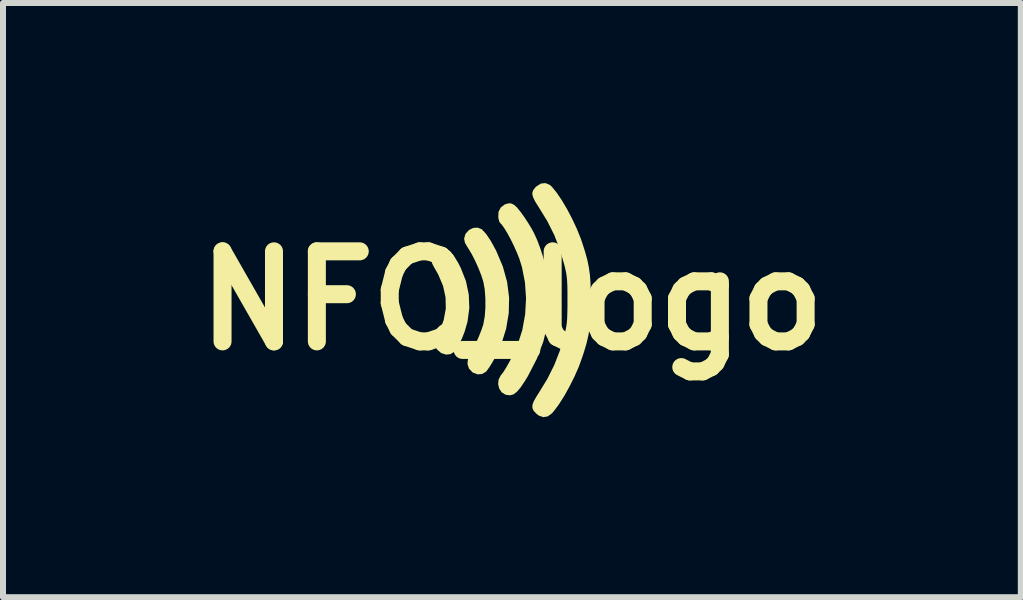
<source format=kicad_pcb>
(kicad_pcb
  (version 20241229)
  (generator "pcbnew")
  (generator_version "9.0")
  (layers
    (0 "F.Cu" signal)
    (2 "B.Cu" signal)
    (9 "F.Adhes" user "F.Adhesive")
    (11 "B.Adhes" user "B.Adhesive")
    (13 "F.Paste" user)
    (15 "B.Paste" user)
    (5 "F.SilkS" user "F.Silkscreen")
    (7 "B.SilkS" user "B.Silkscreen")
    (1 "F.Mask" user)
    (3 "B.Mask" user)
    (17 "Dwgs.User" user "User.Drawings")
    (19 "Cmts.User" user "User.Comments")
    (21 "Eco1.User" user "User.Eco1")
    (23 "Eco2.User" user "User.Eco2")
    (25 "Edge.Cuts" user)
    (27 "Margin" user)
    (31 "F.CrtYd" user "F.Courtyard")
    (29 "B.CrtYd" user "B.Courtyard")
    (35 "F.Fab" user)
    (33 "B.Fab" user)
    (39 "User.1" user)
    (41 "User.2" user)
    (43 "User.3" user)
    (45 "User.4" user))
  (footprint "NFC_logo"
    (layer "F.Cu")
    (at 5.479 1.959)
    (property "Reference" "NFC_logo" (at 0 0 0) (layer "F.SilkS") (effects (font (size 1.5 1.5) (thickness 0.3))))
    (attr board_only exclude_from_pos_files exclude_from_bom)
    (fp_poly (pts (xy -1.093 -0.868) (xy -1.028 -0.821) (xy -0.963 -0.741) (xy -0.893 -0.625) (xy -0.851 -0.542) (xy -0.766 -0.325) (xy -0.719 -0.102) (xy -0.71 0.123) (xy -0.74 0.349) (xy -0.787 0.514) (xy -0.836 0.638) (xy -0.888 0.745) (xy -0.94 0.826) (xy -0.962 0.852) (xy -1.023 0.891) (xy -1.097 0.899) (xy -1.173 0.875) (xy -1.183 0.869) (xy -1.25 0.812) (xy -1.284 0.746) (xy -1.287 0.719) (xy -1.279 0.688) (xy -1.258 0.631) (xy -1.227 0.558) (xy -1.209 0.516) (xy -1.137 0.322) (xy -1.102 0.133) (xy -1.106 -0.055) (xy -1.147 -0.243) (xy -1.227 -0.434) (xy -1.299 -0.56) (xy -1.328 -0.617) (xy -1.344 -0.671) (xy -1.345 -0.684) (xy -1.329 -0.757) (xy -1.286 -0.823) (xy -1.228 -0.867) (xy -1.225 -0.869) (xy -1.157 -0.883)) (stroke (width 0) (type solid)) (fill yes) (layer "F.SilkS"))
    (fp_poly (pts (xy -0.508 -1.192) (xy -0.497 -1.184) (xy -0.426 -1.106) (xy -0.349 -0.99) (xy -0.266 -0.838) (xy -0.263 -0.832) (xy -0.152 -0.57) (xy -0.08 -0.31) (xy -0.047 -0.051) (xy -0.053 0.208) (xy -0.097 0.469) (xy -0.179 0.731) (xy -0.187 0.75) (xy -0.225 0.837) (xy -0.273 0.933) (xy -0.325 1.026) (xy -0.375 1.107) (xy -0.418 1.167) (xy -0.432 1.183) (xy -0.497 1.222) (xy -0.572 1.228) (xy -0.647 1.2) (xy -0.657 1.194) (xy -0.716 1.131) (xy -0.741 1.054) (xy -0.732 0.971) (xy -0.712 0.926) (xy -0.659 0.829) (xy -0.604 0.716) (xy -0.552 0.599) (xy -0.509 0.491) (xy -0.479 0.402) (xy -0.476 0.39) (xy -0.453 0.264) (xy -0.442 0.115) (xy -0.443 -0.042) (xy -0.454 -0.191) (xy -0.476 -0.312) (xy -0.509 -0.417) (xy -0.556 -0.537) (xy -0.612 -0.662) (xy -0.67 -0.776) (xy -0.726 -0.869) (xy -0.737 -0.885) (xy -0.783 -0.964) (xy -0.797 -1.031) (xy -0.779 -1.098) (xy -0.767 -1.121) (xy -0.714 -1.178) (xy -0.646 -1.211) (xy -0.574 -1.217)) (stroke (width 0) (type solid)) (fill yes) (layer "F.SilkS"))
    (fp_poly (pts (xy -0.001 -1.616) (xy 0.045 -1.589) (xy 0.086 -1.55) (xy 0.14 -1.484) (xy 0.202 -1.399) (xy 0.265 -1.303) (xy 0.326 -1.203) (xy 0.375 -1.111) (xy 0.421 -1.008) (xy 0.47 -0.879) (xy 0.516 -0.738) (xy 0.557 -0.596) (xy 0.587 -0.468) (xy 0.595 -0.429) (xy 0.614 -0.273) (xy 0.623 -0.095) (xy 0.622 0.09) (xy 0.611 0.265) (xy 0.594 0.39) (xy 0.523 0.682) (xy 0.413 0.972) (xy 0.265 1.259) (xy 0.212 1.345) (xy 0.142 1.449) (xy 0.081 1.52) (xy 0.026 1.561) (xy -0.03 1.577) (xy -0.091 1.57) (xy -0.109 1.565) (xy -0.171 1.527) (xy -0.212 1.465) (xy -0.23 1.391) (xy -0.222 1.314) (xy -0.187 1.246) (xy -0.181 1.239) (xy -0.142 1.188) (xy -0.094 1.111) (xy -0.04 1.015) (xy 0.015 0.91) (xy 0.064 0.805) (xy 0.094 0.735) (xy 0.173 0.489) (xy 0.22 0.228) (xy 0.235 -0.038) (xy 0.217 -0.303) (xy 0.167 -0.559) (xy 0.123 -0.699) (xy 0.082 -0.802) (xy 0.033 -0.912) (xy -0.02 -1.02) (xy -0.074 -1.12) (xy -0.126 -1.205) (xy -0.17 -1.267) (xy -0.2 -1.298) (xy -0.213 -1.324) (xy -0.225 -1.372) (xy -0.228 -1.389) (xy -0.224 -1.479) (xy -0.187 -1.551) (xy -0.122 -1.601) (xy -0.094 -1.612) (xy -0.041 -1.623)) (stroke (width 0) (type solid)) (fill yes) (layer "F.SilkS"))
    (fp_poly (pts (xy 0.63 -1.929) (xy 0.665 -1.898) (xy 0.745 -1.8) (xy 0.83 -1.674) (xy 0.918 -1.526) (xy 1.002 -1.366) (xy 1.079 -1.202) (xy 1.144 -1.042) (xy 1.169 -0.97) (xy 1.218 -0.817) (xy 1.255 -0.683) (xy 1.281 -0.557) (xy 1.299 -0.43) (xy 1.309 -0.291) (xy 1.314 -0.13) (xy 1.315 -0.01) (xy 1.313 0.171) (xy 1.306 0.323) (xy 1.294 0.457) (xy 1.273 0.582) (xy 1.243 0.71) (xy 1.202 0.85) (xy 1.169 0.95) (xy 1.112 1.106) (xy 1.04 1.269) (xy 0.958 1.432) (xy 0.872 1.587) (xy 0.785 1.724) (xy 0.702 1.836) (xy 0.665 1.878) (xy 0.597 1.928) (xy 0.523 1.941) (xy 0.448 1.915) (xy 0.41 1.886) (xy 0.364 1.838) (xy 0.341 1.791) (xy 0.341 1.738) (xy 0.365 1.673) (xy 0.414 1.588) (xy 0.445 1.54) (xy 0.589 1.305) (xy 0.704 1.075) (xy 0.797 0.837) (xy 0.873 0.577) (xy 0.873 0.576) (xy 0.892 0.5) (xy 0.905 0.434) (xy 0.914 0.369) (xy 0.92 0.296) (xy 0.923 0.208) (xy 0.925 0.095) (xy 0.925 -0.01) (xy 0.925 -0.146) (xy 0.923 -0.252) (xy 0.919 -0.335) (xy 0.912 -0.405) (xy 0.902 -0.47) (xy 0.887 -0.538) (xy 0.873 -0.595) (xy 0.797 -0.855) (xy 0.705 -1.094) (xy 0.59 -1.323) (xy 0.446 -1.558) (xy 0.445 -1.559) (xy 0.385 -1.655) (xy 0.35 -1.729) (xy 0.338 -1.786) (xy 0.351 -1.835) (xy 0.386 -1.882) (xy 0.41 -1.905) (xy 0.483 -1.951) (xy 0.558 -1.959)) (stroke (width 0) (type solid)) (fill yes) (layer "F.SilkS")))
  (gr_rect
    (start -3 -3)
    (end 13.957 6.9)
    (stroke (width 0.1) (type default))
    (fill no)
    (layer "Edge.Cuts")))
</source>
